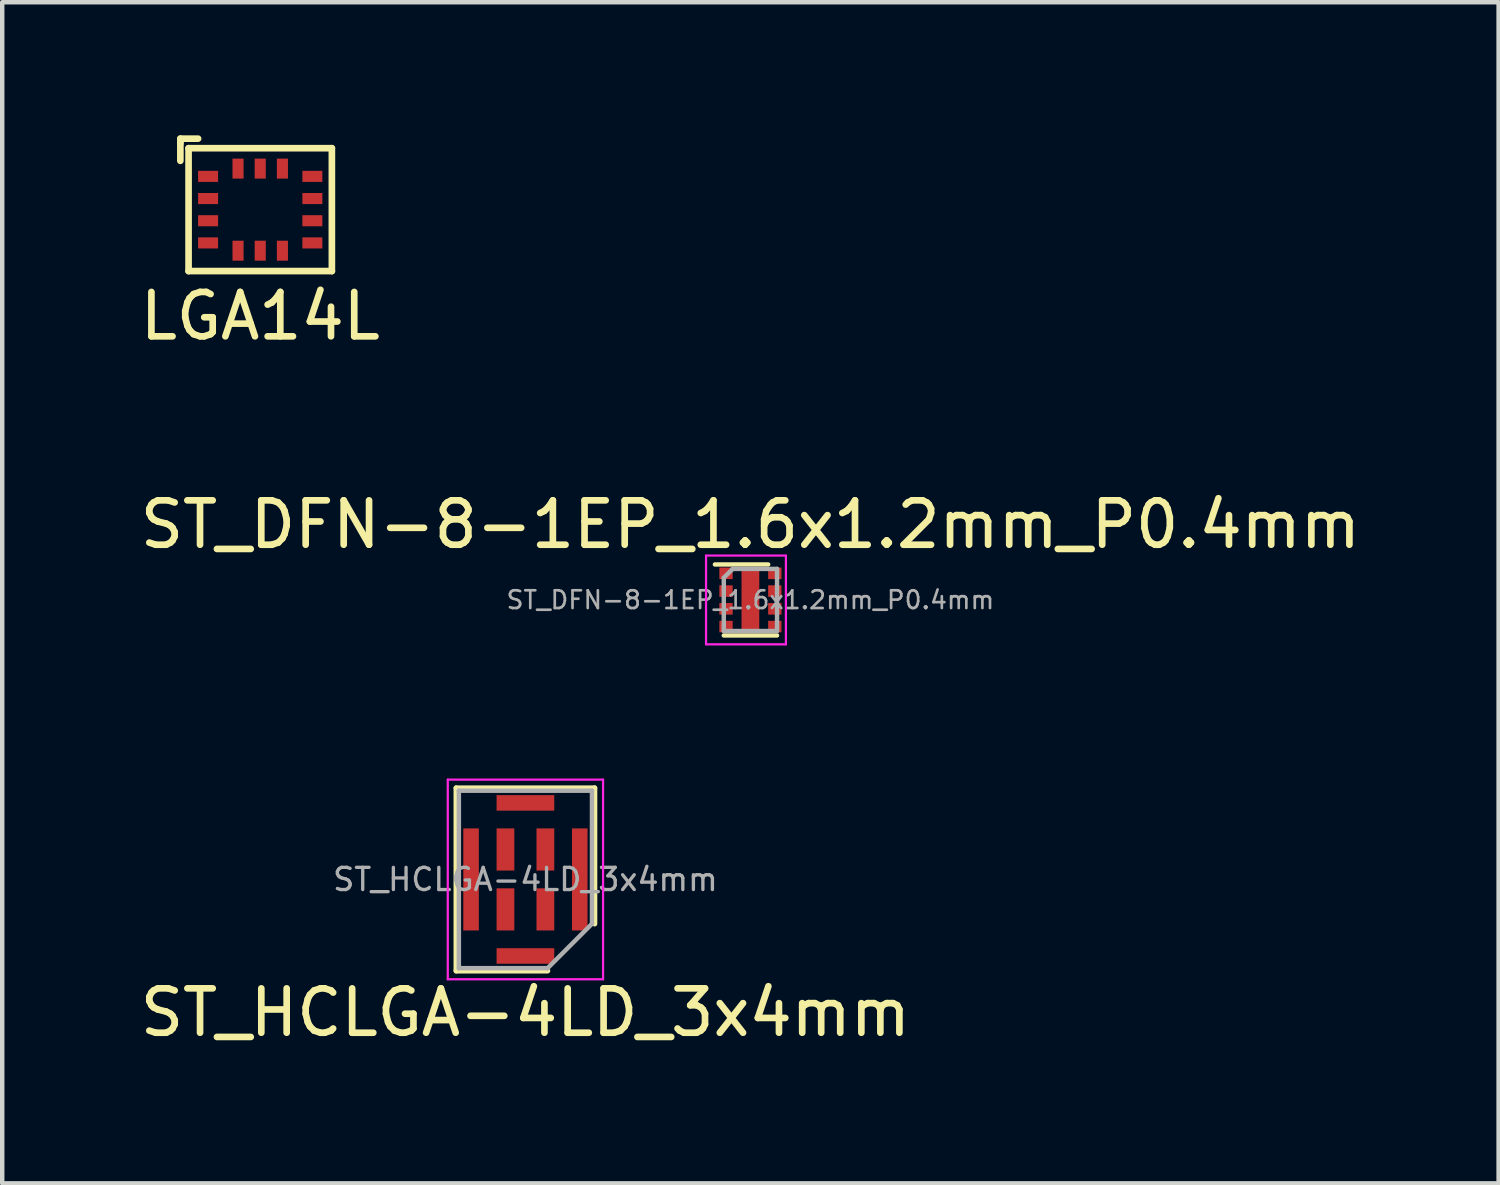
<source format=kicad_pcb>
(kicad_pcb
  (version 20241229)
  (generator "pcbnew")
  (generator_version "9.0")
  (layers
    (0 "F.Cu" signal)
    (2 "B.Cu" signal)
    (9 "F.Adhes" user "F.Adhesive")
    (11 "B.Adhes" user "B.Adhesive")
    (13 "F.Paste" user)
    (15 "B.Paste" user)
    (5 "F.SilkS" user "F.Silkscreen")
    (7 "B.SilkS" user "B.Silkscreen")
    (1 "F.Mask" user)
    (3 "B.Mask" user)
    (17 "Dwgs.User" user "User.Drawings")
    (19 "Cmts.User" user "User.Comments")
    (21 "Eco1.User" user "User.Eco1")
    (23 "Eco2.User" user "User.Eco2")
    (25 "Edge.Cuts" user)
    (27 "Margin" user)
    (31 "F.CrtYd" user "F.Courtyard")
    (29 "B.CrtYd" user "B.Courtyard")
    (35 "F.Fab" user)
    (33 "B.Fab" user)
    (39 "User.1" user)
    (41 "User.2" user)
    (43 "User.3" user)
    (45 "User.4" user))
  (footprint "ST_DFN-8-1EP_1.6x1.2mm_P0.4mm"
    (layer "F.Cu")
    (at 13.863 10.472)
    (property "Reference" "ST_DFN-8-1EP_1.6x1.2mm_P0.4mm" (at 0 -1.7 0) (layer "F.SilkS") (effects (font (size 1 1) (thickness 0.15))))
    (attr smd)
    (fp_line (start -0.8 -0.8) (end 0.4 -0.8) (stroke (width 0.1) (type solid)) (layer "F.SilkS"))
    (fp_line (start -0.6 0.8) (end 0.6 0.8) (stroke (width 0.1) (type solid)) (layer "F.SilkS"))
    (fp_line (start -1 -1) (end -1 1) (stroke (width 0.05) (type solid)) (layer "F.CrtYd"))
    (fp_line (start -1 -1) (end 0.8 -1) (stroke (width 0.05) (type solid)) (layer "F.CrtYd"))
    (fp_line (start -1 1) (end 0.8 1) (stroke (width 0.05) (type solid)) (layer "F.CrtYd"))
    (fp_line (start 0.8 -1) (end 0.8 1) (stroke (width 0.05) (type solid)) (layer "F.CrtYd"))
    (fp_line (start -0.6 -0.5) (end -0.4 -0.7) (stroke (width 0.1) (type solid)) (layer "F.Fab"))
    (fp_line (start -0.6 0.7) (end -0.6 -0.5) (stroke (width 0.1) (type solid)) (layer "F.Fab"))
    (fp_line (start -0.4 -0.7) (end 0.6 -0.7) (stroke (width 0.1) (type solid)) (layer "F.Fab"))
    (fp_line (start 0.6 -0.7) (end 0.6 0.7) (stroke (width 0.1) (type solid)) (layer "F.Fab"))
    (fp_line (start 0.6 0.7) (end -0.6 0.7) (stroke (width 0.1) (type solid)) (layer "F.Fab"))
    (fp_text user "${REFERENCE}" (at 0 0 0) (layer "F.Fab") (effects (font (size 0.4 0.4) (thickness 0.06))))
    (pad "1" smd rect (at -0.55 -0.6) (size 0.3 0.26) (layers "F.Cu" "F.Mask" "F.Paste"))
    (pad "2" smd rect (at -0.55 -0.2) (size 0.3 0.26) (layers "F.Cu" "F.Mask" "F.Paste"))
    (pad "3" smd rect (at -0.55 0.2) (size 0.3 0.26) (layers "F.Cu" "F.Mask" "F.Paste"))
    (pad "4" smd rect (at -0.55 0.6) (size 0.3 0.26) (layers "F.Cu" "F.Mask" "F.Paste"))
    (pad "5" smd rect (at 0.55 0.6) (size 0.3 0.26) (layers "F.Cu" "F.Mask" "F.Paste"))
    (pad "6" smd rect (at 0.55 0.2) (size 0.3 0.26) (layers "F.Cu" "F.Mask" "F.Paste"))
    (pad "7" smd rect (at 0.55 -0.2) (size 0.3 0.26) (layers "F.Cu" "F.Mask" "F.Paste"))
    (pad "8" smd rect (at 0.55 -0.6) (size 0.3 0.26) (layers "F.Cu" "F.Mask" "F.Paste"))
    (pad "9" smd rect (at 0 0) (size 0.4 1.4) (layers "F.Cu" "F.Mask")))
  (footprint "ST_HCLGA-4LD_3x4mm"
    (layer "F.Cu")
    (at 8.792 16.771)
    (property "Reference" "ST_HCLGA-4LD_3x4mm" (at 0 3 0) (layer "F.SilkS") (effects (font (size 1 1) (thickness 0.15))))
    (attr smd)
    (fp_line (start -1.56 -2.06) (end 1.56 -2.06) (stroke (width 0.12) (type solid)) (layer "F.SilkS"))
    (fp_line (start -1.56 2.06) (end -1.56 -2.06) (stroke (width 0.12) (type solid)) (layer "F.SilkS"))
    (fp_line (start 0.5 2.06) (end -1.56 2.06) (stroke (width 0.12) (type solid)) (layer "F.SilkS"))
    (fp_line (start 1.56 -2.06) (end 1.56 1) (stroke (width 0.12) (type solid)) (layer "F.SilkS"))
    (fp_line (start -1.75 -2.25) (end 1.75 -2.25) (stroke (width 0.05) (type solid)) (layer "F.CrtYd"))
    (fp_line (start -1.75 2.25) (end -1.75 -2.25) (stroke (width 0.05) (type solid)) (layer "F.CrtYd"))
    (fp_line (start 1.75 -2.25) (end 1.75 2.25) (stroke (width 0.05) (type solid)) (layer "F.CrtYd"))
    (fp_line (start 1.75 2.25) (end -1.75 2.25) (stroke (width 0.05) (type solid)) (layer "F.CrtYd"))
    (fp_line (start -1.5 -2) (end 1.5 -2) (stroke (width 0.1) (type solid)) (layer "F.Fab"))
    (fp_line (start -1.5 2) (end -1.5 -2) (stroke (width 0.1) (type solid)) (layer "F.Fab"))
    (fp_line (start 0.5 2) (end -1.5 2) (stroke (width 0.1) (type solid)) (layer "F.Fab"))
    (fp_line (start 1.5 -2) (end 1.5 1) (stroke (width 0.1) (type solid)) (layer "F.Fab"))
    (fp_line (start 1.5 1) (end 0.5 2) (stroke (width 0.1) (type solid)) (layer "F.Fab"))
    (fp_text user "${REFERENCE}" (at 0 0 0) (layer "F.Fab") (effects (font (size 0.5 0.5) (thickness 0.075))))
    (pad "1" smd rect (at 0.45 0.675) (size 0.4 0.95) (layers "F.Cu" "F.Mask" "F.Paste"))
    (pad "2" smd rect (at 0.45 -0.675) (size 0.4 0.95) (layers "F.Cu" "F.Mask" "F.Paste"))
    (pad "3" smd rect (at -0.45 -0.675) (size 0.4 0.95) (layers "F.Cu" "F.Mask" "F.Paste"))
    (pad "4" smd rect (at -0.45 0.675) (size 0.4 0.95) (layers "F.Cu" "F.Mask" "F.Paste"))
    (pad "5" smd rect (at -1.225 0 270) (size 2.3 0.35) (layers "F.Cu" "F.Mask" "F.Paste"))
    (pad "5" smd rect (at 0 -1.725 180) (size 1.3 0.35) (layers "F.Cu" "F.Mask" "F.Paste"))
    (pad "5" smd rect (at 0 1.725 180) (size 1.3 0.35) (layers "F.Cu" "F.Mask" "F.Paste"))
    (pad "5" smd rect (at 1.225 0 270) (size 2.3 0.35) (layers "F.Cu" "F.Mask" "F.Paste")))
  (footprint "LGA14L"
    (layer "F.Cu")
    (at 2.815 1.675)
    (property "Reference" "LGA14L" (at 0 2.4 0) (layer "F.SilkS") (effects (font (size 1 1) (thickness 0.15))))
    (attr through_hole)
    (fp_line (start -1.8 -1.6) (end -1.4 -1.6) (stroke (width 0.15) (type solid)) (layer "F.SilkS"))
    (fp_line (start -1.8 -1.5) (end -1.8 -1.6) (stroke (width 0.15) (type solid)) (layer "F.SilkS"))
    (fp_line (start -1.8 -1.5) (end -1.8 -1.1) (stroke (width 0.15) (type solid)) (layer "F.SilkS"))
    (fp_line (start -1.615 -1.385) (end 1.615 -1.385) (stroke (width 0.15) (type solid)) (layer "F.SilkS"))
    (fp_line (start -1.615 1.385) (end -1.615 -1.385) (stroke (width 0.15) (type solid)) (layer "F.SilkS"))
    (fp_line (start 1.615 -1.385) (end 1.615 1.385) (stroke (width 0.15) (type solid)) (layer "F.SilkS"))
    (fp_line (start 1.615 1.385) (end -1.615 1.385) (stroke (width 0.15) (type solid)) (layer "F.SilkS"))
    (pad "1" smd rect (at -1.175 -0.75) (size 0.45 0.25) (layers "F.Cu" "F.Mask" "F.Paste"))
    (pad "2" smd rect (at -1.175 -0.25) (size 0.45 0.25) (layers "F.Cu" "F.Mask" "F.Paste"))
    (pad "3" smd rect (at -1.175 0.25) (size 0.45 0.25) (layers "F.Cu" "F.Mask" "F.Paste"))
    (pad "4" smd rect (at -1.175 0.75) (size 0.45 0.25) (layers "F.Cu" "F.Mask" "F.Paste"))
    (pad "5" smd rect (at -0.5 0.925) (size 0.25 0.45) (layers "F.Cu" "F.Mask" "F.Paste"))
    (pad "6" smd rect (at 0 0.925) (size 0.25 0.45) (layers "F.Cu" "F.Mask" "F.Paste"))
    (pad "7" smd rect (at 0.5 0.925) (size 0.25 0.45) (layers "F.Cu" "F.Mask" "F.Paste"))
    (pad "8" smd rect (at 1.175 0.75) (size 0.45 0.25) (layers "F.Cu" "F.Mask" "F.Paste"))
    (pad "9" smd rect (at 1.175 0.25) (size 0.45 0.25) (layers "F.Cu" "F.Mask" "F.Paste"))
    (pad "10" smd rect (at 1.175 -0.25) (size 0.45 0.25) (layers "F.Cu" "F.Mask" "F.Paste"))
    (pad "11" smd rect (at 1.175 -0.75) (size 0.45 0.25) (layers "F.Cu" "F.Mask" "F.Paste"))
    (pad "12" smd rect (at 0.5 -0.925) (size 0.25 0.45) (layers "F.Cu" "F.Mask" "F.Paste"))
    (pad "13" smd rect (at 0 -0.925) (size 0.25 0.45) (layers "F.Cu" "F.Mask" "F.Paste"))
    (pad "14" smd rect (at -0.5 -0.925) (size 0.25 0.45) (layers "F.Cu" "F.Mask" "F.Paste")))
  (gr_rect
    (start -3 -3)
    (end 30.726 23.62)
    (stroke (width 0.1) (type default))
    (fill no)
    (layer "Edge.Cuts")))
</source>
